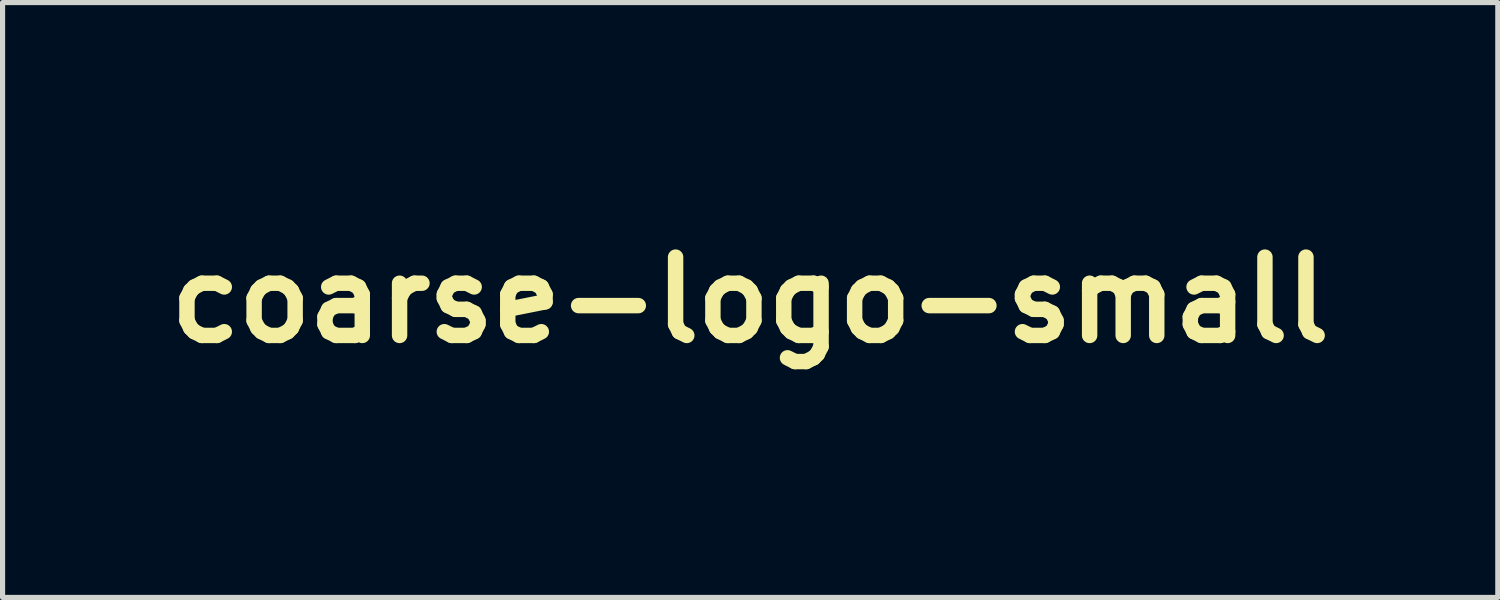
<source format=kicad_pcb>
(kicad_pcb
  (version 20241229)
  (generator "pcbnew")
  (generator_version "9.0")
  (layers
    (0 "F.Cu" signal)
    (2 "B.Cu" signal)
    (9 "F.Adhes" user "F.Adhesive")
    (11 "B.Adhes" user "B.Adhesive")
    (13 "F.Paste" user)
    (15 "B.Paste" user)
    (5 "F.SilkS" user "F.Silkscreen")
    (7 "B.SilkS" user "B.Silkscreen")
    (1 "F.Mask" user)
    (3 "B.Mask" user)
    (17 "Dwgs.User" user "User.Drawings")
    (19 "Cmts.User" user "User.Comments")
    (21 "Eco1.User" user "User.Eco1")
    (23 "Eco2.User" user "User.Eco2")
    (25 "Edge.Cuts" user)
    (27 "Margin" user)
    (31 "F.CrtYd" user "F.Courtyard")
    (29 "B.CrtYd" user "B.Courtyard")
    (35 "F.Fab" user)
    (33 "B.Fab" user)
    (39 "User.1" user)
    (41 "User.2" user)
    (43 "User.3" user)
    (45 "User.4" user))
  (footprint "coarse-logo-small"
    (layer "F.Cu")
    (at 11.546 2.787)
    (property "Reference" "coarse-logo-small" (at 0 0 0) (layer "F.SilkS") (effects (font (size 1.524 1.524) (thickness 0.3))))
    (attr through_hole)
    (fp_poly (pts (xy -0.304 -2.782) (xy -0.131 -2.782) (xy 0.061 -2.781) (xy 0.228 -2.781) (xy 0.429 -2.781) (xy 0.611 -2.78) (xy 0.774 -2.779) (xy 0.92 -2.779) (xy 1.049 -2.778) (xy 1.163 -2.777) (xy 1.263 -2.776) (xy 1.35 -2.775) (xy 1.426 -2.774) (xy 1.491 -2.772) (xy 1.547 -2.769) (xy 1.595 -2.767) (xy 1.637 -2.763) (xy 1.673 -2.76) (xy 1.704 -2.755) (xy 1.733 -2.75) (xy 1.759 -2.744) (xy 1.785 -2.738) (xy 1.811 -2.731) (xy 1.839 -2.723) (xy 1.868 -2.714) (xy 2.006 -2.666) (xy 2.133 -2.605) (xy 2.245 -2.533) (xy 2.341 -2.451) (xy 2.342 -2.45) (xy 2.402 -2.385) (xy 2.448 -2.322) (xy 2.487 -2.252) (xy 2.498 -2.23) (xy 2.529 -2.156) (xy 2.548 -2.087) (xy 2.558 -2.014) (xy 2.56 -1.931) (xy 2.559 -1.905) (xy 2.554 -1.783) (xy 2.282 -0.966) (xy 2.232 -0.818) (xy 2.189 -0.688) (xy 2.151 -0.576) (xy 2.119 -0.48) (xy 2.091 -0.398) (xy 2.068 -0.331) (xy 2.048 -0.275) (xy 2.032 -0.231) (xy 2.018 -0.196) (xy 2.007 -0.17) (xy 1.998 -0.151) (xy 1.99 -0.137) (xy 1.984 -0.128) (xy 1.978 -0.123) (xy 1.932 -0.096) (xy 1.884 -0.089) (xy 1.838 -0.1) (xy 1.798 -0.129) (xy 1.774 -0.164) (xy 1.753 -0.205) (xy 1.777 -0.296) (xy 1.801 -0.387) (xy 1.819 -0.464) (xy 1.831 -0.533) (xy 1.839 -0.6) (xy 1.843 -0.671) (xy 1.845 -0.752) (xy 1.845 -0.762) (xy 1.84 -0.897) (xy 1.826 -1.019) (xy 1.8 -1.133) (xy 1.761 -1.245) (xy 1.709 -1.361) (xy 1.705 -1.369) (xy 1.617 -1.518) (xy 1.511 -1.658) (xy 1.386 -1.79) (xy 1.245 -1.913) (xy 1.086 -2.026) (xy 0.912 -2.128) (xy 0.723 -2.22) (xy 0.52 -2.299) (xy 0.345 -2.356) (xy 0.213 -2.394) (xy 0.104 -2.36) (xy -0.131 -2.277) (xy -0.363 -2.174) (xy -0.59 -2.053) (xy -0.794 -1.925) (xy -1.008 -1.768) (xy -1.208 -1.595) (xy -1.393 -1.408) (xy -1.564 -1.206) (xy -1.718 -0.992) (xy -1.856 -0.767) (xy -1.976 -0.53) (xy -2.078 -0.284) (xy -2.132 -0.125) (xy -2.171 -0.001) (xy -2.138 0.108) (xy -2.05 0.358) (xy -1.943 0.6) (xy -1.818 0.832) (xy -1.675 1.053) (xy -1.517 1.263) (xy -1.342 1.46) (xy -1.154 1.643) (xy -0.951 1.811) (xy -0.736 1.963) (xy -0.622 2.034) (xy -0.545 2.078) (xy -0.461 2.122) (xy -0.374 2.166) (xy -0.286 2.208) (xy -0.199 2.247) (xy -0.117 2.281) (xy -0.043 2.31) (xy 0.022 2.332) (xy 0.074 2.347) (xy 0.11 2.352) (xy 0.111 2.352) (xy 0.138 2.349) (xy 0.179 2.34) (xy 0.229 2.328) (xy 0.28 2.313) (xy 0.525 2.23) (xy 0.757 2.135) (xy 0.975 2.03) (xy 1.18 1.914) (xy 1.37 1.788) (xy 1.544 1.653) (xy 1.702 1.51) (xy 1.843 1.358) (xy 1.967 1.2) (xy 2.072 1.034) (xy 2.158 0.863) (xy 2.212 0.721) (xy 2.251 0.589) (xy 2.277 0.458) (xy 2.292 0.32) (xy 2.293 0.294) (xy 2.299 0.228) (xy 2.308 0.18) (xy 2.321 0.145) (xy 2.342 0.12) (xy 2.37 0.101) (xy 2.372 0.1) (xy 2.42 0.086) (xy 2.468 0.092) (xy 2.512 0.118) (xy 2.527 0.132) (xy 2.562 0.17) (xy 2.556 1.889) (xy 2.526 1.974) (xy 2.492 2.06) (xy 2.452 2.137) (xy 2.404 2.209) (xy 2.342 2.282) (xy 2.297 2.33) (xy 2.171 2.442) (xy 2.031 2.539) (xy 1.878 2.62) (xy 1.711 2.685) (xy 1.533 2.733) (xy 1.342 2.765) (xy 1.263 2.773) (xy 1.234 2.774) (xy 1.186 2.776) (xy 1.121 2.777) (xy 1.04 2.778) (xy 0.945 2.779) (xy 0.837 2.78) (xy 0.72 2.78) (xy 0.593 2.781) (xy 0.459 2.781) (xy 0.32 2.782) (xy 0.177 2.782) (xy 0.032 2.782) (xy -0.113 2.782) (xy -0.257 2.781) (xy -0.397 2.781) (xy -0.533 2.781) (xy -0.662 2.78) (xy -0.782 2.779) (xy -0.893 2.778) (xy -0.992 2.778) (xy -1.077 2.776) (xy -1.147 2.775) (xy -1.2 2.774) (xy -1.234 2.772) (xy -1.244 2.772) (xy -1.411 2.744) (xy -1.574 2.697) (xy -1.731 2.632) (xy -1.878 2.55) (xy -2.015 2.452) (xy -2.139 2.339) (xy -2.203 2.269) (xy -2.296 2.147) (xy -2.373 2.024) (xy -2.437 1.892) (xy -2.49 1.748) (xy -2.517 1.656) (xy -2.545 1.55) (xy -2.545 1.36) (xy -2.287 1.36) (xy -2.28 1.429) (xy -2.254 1.585) (xy -2.21 1.734) (xy -2.147 1.874) (xy -2.068 2.003) (xy -1.974 2.121) (xy -1.866 2.226) (xy -1.744 2.316) (xy -1.611 2.391) (xy -1.467 2.45) (xy -1.314 2.49) (xy -1.299 2.492) (xy -1.24 2.503) (xy -1.2 2.508) (xy -1.179 2.507) (xy -1.176 2.5) (xy -1.193 2.485) (xy -1.198 2.482) (xy 1.418 2.482) (xy 1.423 2.487) (xy 1.429 2.482) (xy 1.423 2.477) (xy 1.418 2.482) (xy -1.198 2.482) (xy -1.207 2.476) (xy 1.449 2.476) (xy 1.45 2.476) (xy 1.467 2.474) (xy 1.498 2.467) (xy 1.539 2.457) (xy 1.562 2.451) (xy 1.7 2.406) (xy 1.827 2.35) (xy 1.943 2.283) (xy 2.045 2.207) (xy 2.131 2.123) (xy 2.201 2.032) (xy 2.253 1.936) (xy 2.28 1.857) (xy 2.288 1.824) (xy 2.293 1.801) (xy 2.293 1.792) (xy 2.286 1.799) (xy 2.269 1.818) (xy 2.246 1.846) (xy 2.243 1.85) (xy 2.129 1.981) (xy 1.996 2.107) (xy 1.846 2.226) (xy 1.68 2.337) (xy 1.558 2.408) (xy 1.514 2.433) (xy 1.479 2.454) (xy 1.457 2.469) (xy 1.449 2.476) (xy -1.207 2.476) (xy -1.228 2.462) (xy -1.281 2.43) (xy -1.292 2.423) (xy -1.479 2.3) (xy -1.656 2.161) (xy -1.82 2.008) (xy -1.97 1.842) (xy -2.105 1.665) (xy -2.221 1.481) (xy -2.24 1.446) (xy -2.287 1.36) (xy -2.545 1.36) (xy -2.547 0.625) (xy -2.249 0.625) (xy -2.244 0.657) (xy -2.232 0.709) (xy -2.214 0.78) (xy -2.212 0.788) (xy -2.15 0.99) (xy -2.069 1.187) (xy -1.969 1.375) (xy -1.852 1.555) (xy -1.719 1.723) (xy -1.571 1.879) (xy -1.409 2.02) (xy -1.397 2.029) (xy -1.24 2.14) (xy -1.071 2.239) (xy -0.893 2.325) (xy -0.712 2.394) (xy -0.582 2.433) (xy -0.527 2.447) (xy -0.477 2.457) (xy -0.436 2.464) (xy -0.407 2.467) (xy -0.393 2.465) (xy -0.393 2.461) (xy -0.404 2.454) (xy -0.43 2.441) (xy -0.467 2.422) (xy -0.504 2.404) (xy -0.508 2.402) (xy 0.837 2.402) (xy 0.849 2.401) (xy 0.879 2.393) (xy 0.929 2.378) (xy 0.999 2.355) (xy 1.016 2.35) (xy 1.212 2.277) (xy 1.395 2.193) (xy 1.564 2.098) (xy 1.718 1.993) (xy 1.856 1.878) (xy 1.977 1.755) (xy 2.08 1.625) (xy 2.165 1.487) (xy 2.206 1.401) (xy 2.23 1.343) (xy 2.245 1.304) (xy 2.25 1.283) (xy 2.245 1.279) (xy 2.231 1.293) (xy 2.206 1.324) (xy 2.196 1.339) (xy 2.056 1.517) (xy 1.903 1.684) (xy 1.735 1.839) (xy 1.551 1.984) (xy 1.351 2.119) (xy 1.132 2.246) (xy 0.979 2.325) (xy 0.916 2.356) (xy 0.871 2.379) (xy 0.845 2.394) (xy 0.837 2.402) (xy -0.508 2.402) (xy -0.708 2.296) (xy -0.901 2.177) (xy -1.086 2.045) (xy -1.266 1.897) (xy -1.444 1.731) (xy -1.477 1.699) (xy -1.614 1.556) (xy -1.736 1.418) (xy -1.845 1.281) (xy -1.945 1.139) (xy -2.039 0.988) (xy -2.13 0.825) (xy -2.168 0.751) (xy -2.2 0.689) (xy -2.223 0.645) (xy -2.239 0.619) (xy -2.248 0.613) (xy -2.249 0.625) (xy -2.547 0.625) (xy -2.548 0.043) (xy -2.548 -0.17) (xy -2.549 -0.362) (xy -2.549 -0.536) (xy -2.549 -0.622) (xy -2.25 -0.622) (xy -2.248 -0.611) (xy -2.239 -0.619) (xy -2.223 -0.646) (xy -2.199 -0.691) (xy -2.177 -0.736) (xy -2.143 -0.801) (xy -2.106 -0.87) (xy -2.069 -0.937) (xy -2.036 -0.995) (xy -2.027 -1.011) (xy -1.876 -1.24) (xy -1.708 -1.456) (xy -1.524 -1.66) (xy -1.327 -1.85) (xy -1.116 -2.025) (xy -0.894 -2.184) (xy -0.661 -2.325) (xy -0.432 -2.441) (xy 0.899 -2.441) (xy 0.916 -2.429) (xy 0.953 -2.409) (xy 1.002 -2.383) (xy 1.192 -2.275) (xy 1.365 -2.157) (xy 1.522 -2.03) (xy 1.661 -1.894) (xy 1.783 -1.75) (xy 1.886 -1.598) (xy 1.971 -1.441) (xy 2.035 -1.277) (xy 2.039 -1.264) (xy 2.058 -1.203) (xy 2.067 -1.25) (xy 2.07 -1.282) (xy 2.072 -1.327) (xy 2.071 -1.377) (xy 2.07 -1.395) (xy 2.054 -1.526) (xy 2.021 -1.648) (xy 1.97 -1.763) (xy 1.901 -1.873) (xy 1.811 -1.981) (xy 1.797 -1.995) (xy 1.69 -2.094) (xy 1.565 -2.184) (xy 1.426 -2.265) (xy 1.274 -2.335) (xy 1.113 -2.392) (xy 1.023 -2.418) (xy 0.962 -2.433) (xy 0.921 -2.443) (xy 0.9 -2.445) (xy 0.899 -2.441) (xy -0.432 -2.441) (xy -0.429 -2.443) (xy -0.389 -2.461) (xy -0.36 -2.476) (xy -0.343 -2.485) (xy -0.341 -2.487) (xy -0.364 -2.484) (xy -0.402 -2.477) (xy -0.452 -2.466) (xy -0.51 -2.452) (xy -0.571 -2.436) (xy -0.63 -2.42) (xy -0.684 -2.405) (xy -0.728 -2.391) (xy -0.931 -2.31) (xy -1.123 -2.212) (xy -1.305 -2.097) (xy -1.474 -1.967) (xy -1.63 -1.821) (xy -1.772 -1.662) (xy -1.899 -1.491) (xy -2.009 -1.308) (xy -2.102 -1.115) (xy -2.177 -0.912) (xy -2.217 -0.773) (xy -2.234 -0.703) (xy -2.245 -0.653) (xy -2.25 -0.622) (xy -2.549 -0.622) (xy -2.549 -0.691) (xy -2.549 -0.83) (xy -2.549 -0.952) (xy -2.549 -1.06) (xy -2.548 -1.154) (xy -2.548 -1.235) (xy -2.547 -1.305) (xy -2.546 -1.363) (xy -2.546 -1.371) (xy -2.287 -1.371) (xy -2.204 -1.51) (xy -2.168 -1.568) (xy -2.131 -1.627) (xy -2.095 -1.681) (xy -2.064 -1.725) (xy -2.058 -1.733) (xy -1.92 -1.904) (xy -1.772 -2.06) (xy -1.613 -2.201) (xy -1.44 -2.331) (xy -1.249 -2.452) (xy -1.243 -2.455) (xy -1.167 -2.499) (xy 1.572 -2.499) (xy 1.662 -2.444) (xy 1.785 -2.361) (xy 1.9 -2.268) (xy 2.004 -2.168) (xy 2.096 -2.063) (xy 2.171 -1.956) (xy 2.229 -1.85) (xy 2.233 -1.839) (xy 2.248 -1.807) (xy 2.26 -1.785) (xy 2.266 -1.778) (xy 2.271 -1.788) (xy 2.279 -1.812) (xy 2.285 -1.838) (xy 2.296 -1.934) (xy 2.288 -2.023) (xy 2.261 -2.107) (xy 2.214 -2.19) (xy 2.191 -2.22) (xy 2.138 -2.275) (xy 2.068 -2.328) (xy 1.984 -2.377) (xy 1.891 -2.42) (xy 1.792 -2.455) (xy 1.69 -2.481) (xy 1.625 -2.493) (xy 1.572 -2.499) (xy -1.167 -2.499) (xy -1.148 -2.51) (xy -1.222 -2.504) (xy -1.366 -2.481) (xy -1.507 -2.438) (xy -1.643 -2.377) (xy -1.771 -2.299) (xy -1.889 -2.207) (xy -1.994 -2.1) (xy -2.043 -2.04) (xy -2.13 -1.907) (xy -2.199 -1.765) (xy -2.248 -1.613) (xy -2.278 -1.452) (xy -2.28 -1.434) (xy -2.287 -1.371) (xy -2.546 -1.371) (xy -2.545 -1.412) (xy -2.543 -1.453) (xy -2.542 -1.486) (xy -2.54 -1.512) (xy -2.538 -1.533) (xy -2.536 -1.549) (xy -2.535 -1.555) (xy -2.495 -1.728) (xy -2.437 -1.891) (xy -2.361 -2.045) (xy -2.268 -2.187) (xy -2.161 -2.317) (xy -2.039 -2.434) (xy -1.904 -2.536) (xy -1.757 -2.622) (xy -1.598 -2.691) (xy -1.457 -2.735) (xy -1.43 -2.742) (xy -1.403 -2.748) (xy -1.376 -2.754) (xy -1.348 -2.759) (xy -1.316 -2.763) (xy -1.281 -2.767) (xy -1.241 -2.771) (xy -1.194 -2.773) (xy -1.14 -2.776) (xy -1.078 -2.778) (xy -1.006 -2.779) (xy -0.923 -2.781) (xy -0.828 -2.782) (xy -0.72 -2.782) (xy -0.597 -2.782) (xy -0.459 -2.782) (xy -0.304 -2.782)) (stroke (width 0.01) (type solid)) (fill yes) (layer "F.Mask")))
  (gr_rect
    (start -3 -3)
    (end 26.092 8.574)
    (stroke (width 0.1) (type default))
    (fill no)
    (layer "Edge.Cuts")))
</source>
